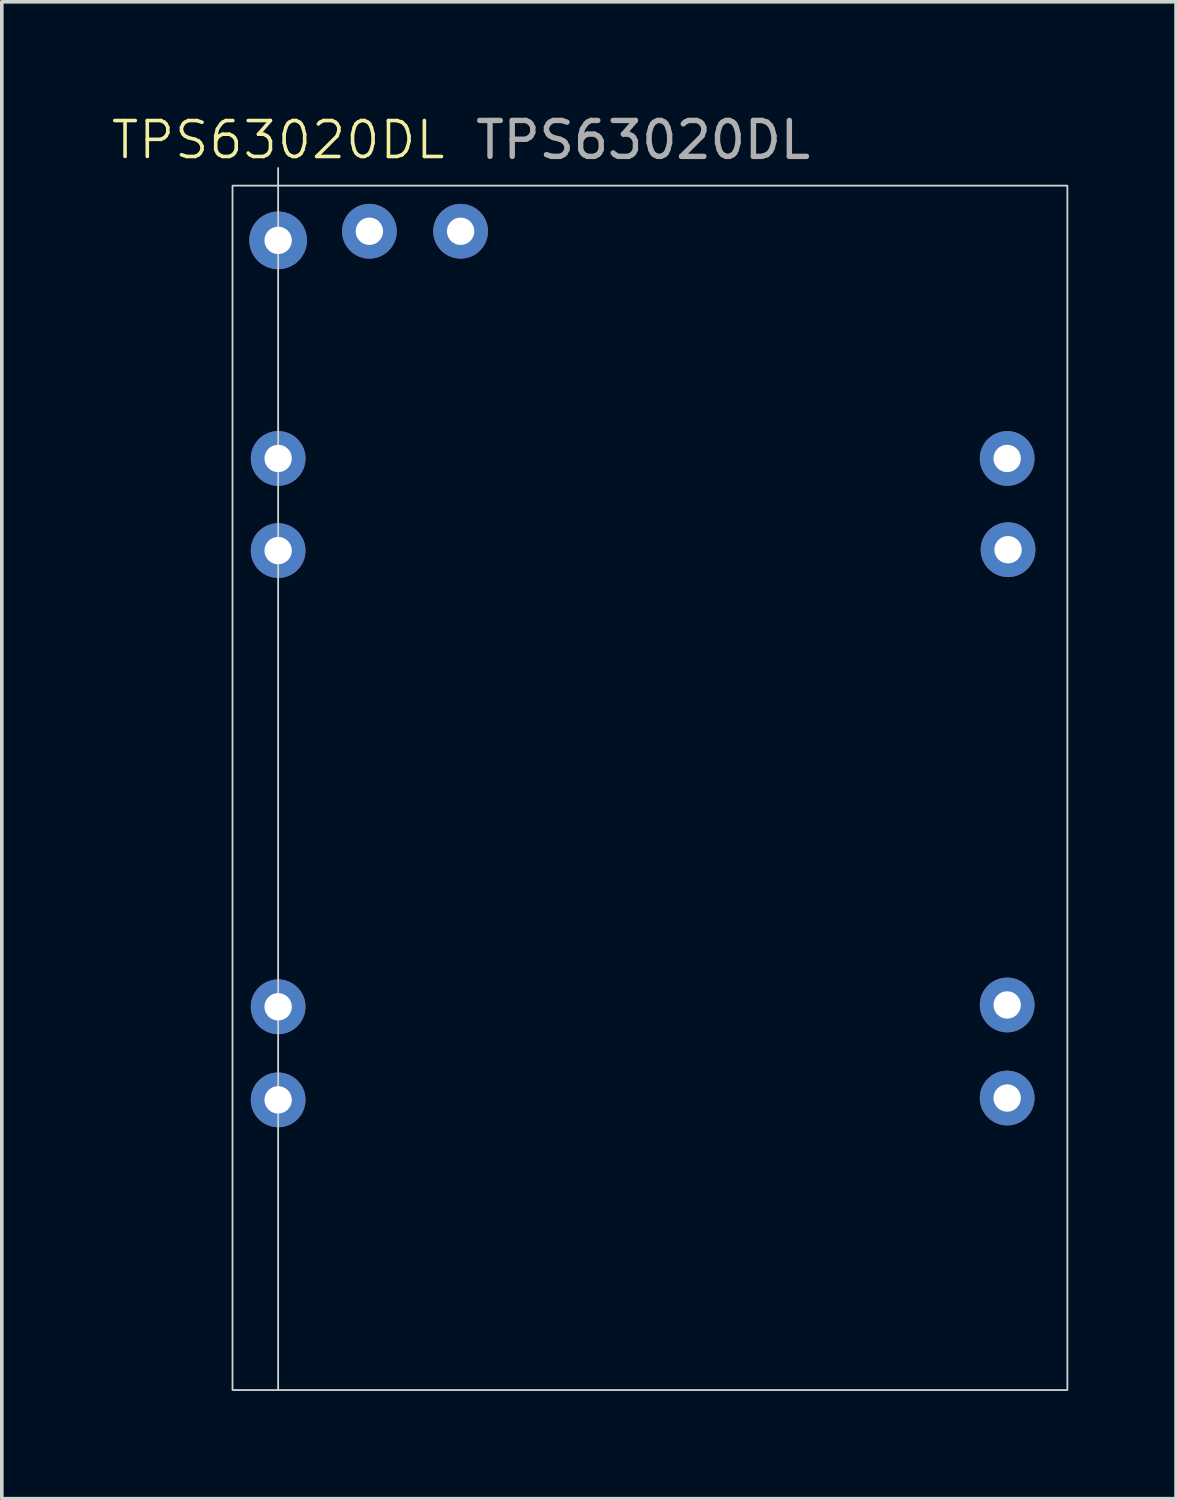
<source format=kicad_pcb>
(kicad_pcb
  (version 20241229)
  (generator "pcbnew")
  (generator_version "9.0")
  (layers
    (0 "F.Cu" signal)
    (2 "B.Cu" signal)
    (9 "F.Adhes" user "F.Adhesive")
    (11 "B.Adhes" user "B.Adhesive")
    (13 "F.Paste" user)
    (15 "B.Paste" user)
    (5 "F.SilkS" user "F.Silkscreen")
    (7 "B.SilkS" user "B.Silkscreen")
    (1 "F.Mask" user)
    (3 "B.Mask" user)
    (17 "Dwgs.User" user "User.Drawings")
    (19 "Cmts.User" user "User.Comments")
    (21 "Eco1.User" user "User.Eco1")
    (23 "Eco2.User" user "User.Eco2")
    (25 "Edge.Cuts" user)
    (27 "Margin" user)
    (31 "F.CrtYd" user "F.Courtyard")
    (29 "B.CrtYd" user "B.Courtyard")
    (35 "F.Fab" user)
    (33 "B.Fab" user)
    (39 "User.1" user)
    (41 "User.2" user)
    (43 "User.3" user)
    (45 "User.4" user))
  (footprint "TPS63020DL"
    (layer "F.Cu")
    (at 4.693 18.628)
    (property "Reference" "TPS63020DL" (at 0 -17.78 0) (unlocked yes) (layer "F.SilkS") (effects (font (size 1 1) (thickness 0.1))))
    (attr through_hole)
    (fp_line (start 0 17) (end 0 -17) (stroke (width 0.05) (type default)) (layer "Edge.Cuts"))
    (fp_rect (start -1.27 -16.51) (end 21.971 17.018) (stroke (width 0.05) (type default)) (fill no) (layer "Edge.Cuts"))
    (fp_text user "${REFERENCE}" (at 10.16 -17.78 0) (unlocked yes) (layer "F.Fab") (effects (font (size 1 1) (thickness 0.15))))
    (pad "1" thru_hole circle (at 0 -8.915) (size 1.524 1.524) (drill 0.762) (layers "*.Cu" "*.Mask"))
    (pad "2" thru_hole circle (at 0 -6.35) (size 1.524 1.524) (drill 0.762) (layers "*.Cu" "*.Mask"))
    (pad "3" thru_hole circle (at 20.295 -8.915) (size 1.524 1.524) (drill 0.762) (layers "*.Cu" "*.Mask"))
    (pad "4" thru_hole circle (at 20.32 -6.375) (size 1.524 1.524) (drill 0.762) (layers "*.Cu" "*.Mask"))
    (pad "5" thru_hole circle (at 0 6.35) (size 1.524 1.524) (drill 0.762) (layers "*.Cu" "*.Mask"))
    (pad "6" thru_hole circle (at 0 8.941) (size 1.524 1.524) (drill 0.762) (layers "*.Cu" "*.Mask"))
    (pad "7" thru_hole circle (at 20.295 6.299) (size 1.524 1.524) (drill 0.762) (layers "*.Cu" "*.Mask"))
    (pad "8" thru_hole circle (at 20.295 8.89) (size 1.524 1.524) (drill 0.762) (layers "*.Cu" "*.Mask"))
    (pad "9" thru_hole circle (at 5.08 -15.24) (size 1.524 1.524) (drill 0.762) (layers "*.Cu" "*.Mask"))
    (pad "10" thru_hole circle (at 2.54 -15.24) (size 1.524 1.524) (drill 0.762) (layers "*.Cu" "*.Mask"))
    (pad "11" thru_hole circle (at 0 -14.986) (size 1.606 1.606) (drill 0.762) (layers "*.Cu" "*.Mask")))
  (gr_rect
    (start -3 -3)
    (end 29.689 38.671)
    (stroke (width 0.1) (type default))
    (fill no)
    (layer "Edge.Cuts")))
</source>
